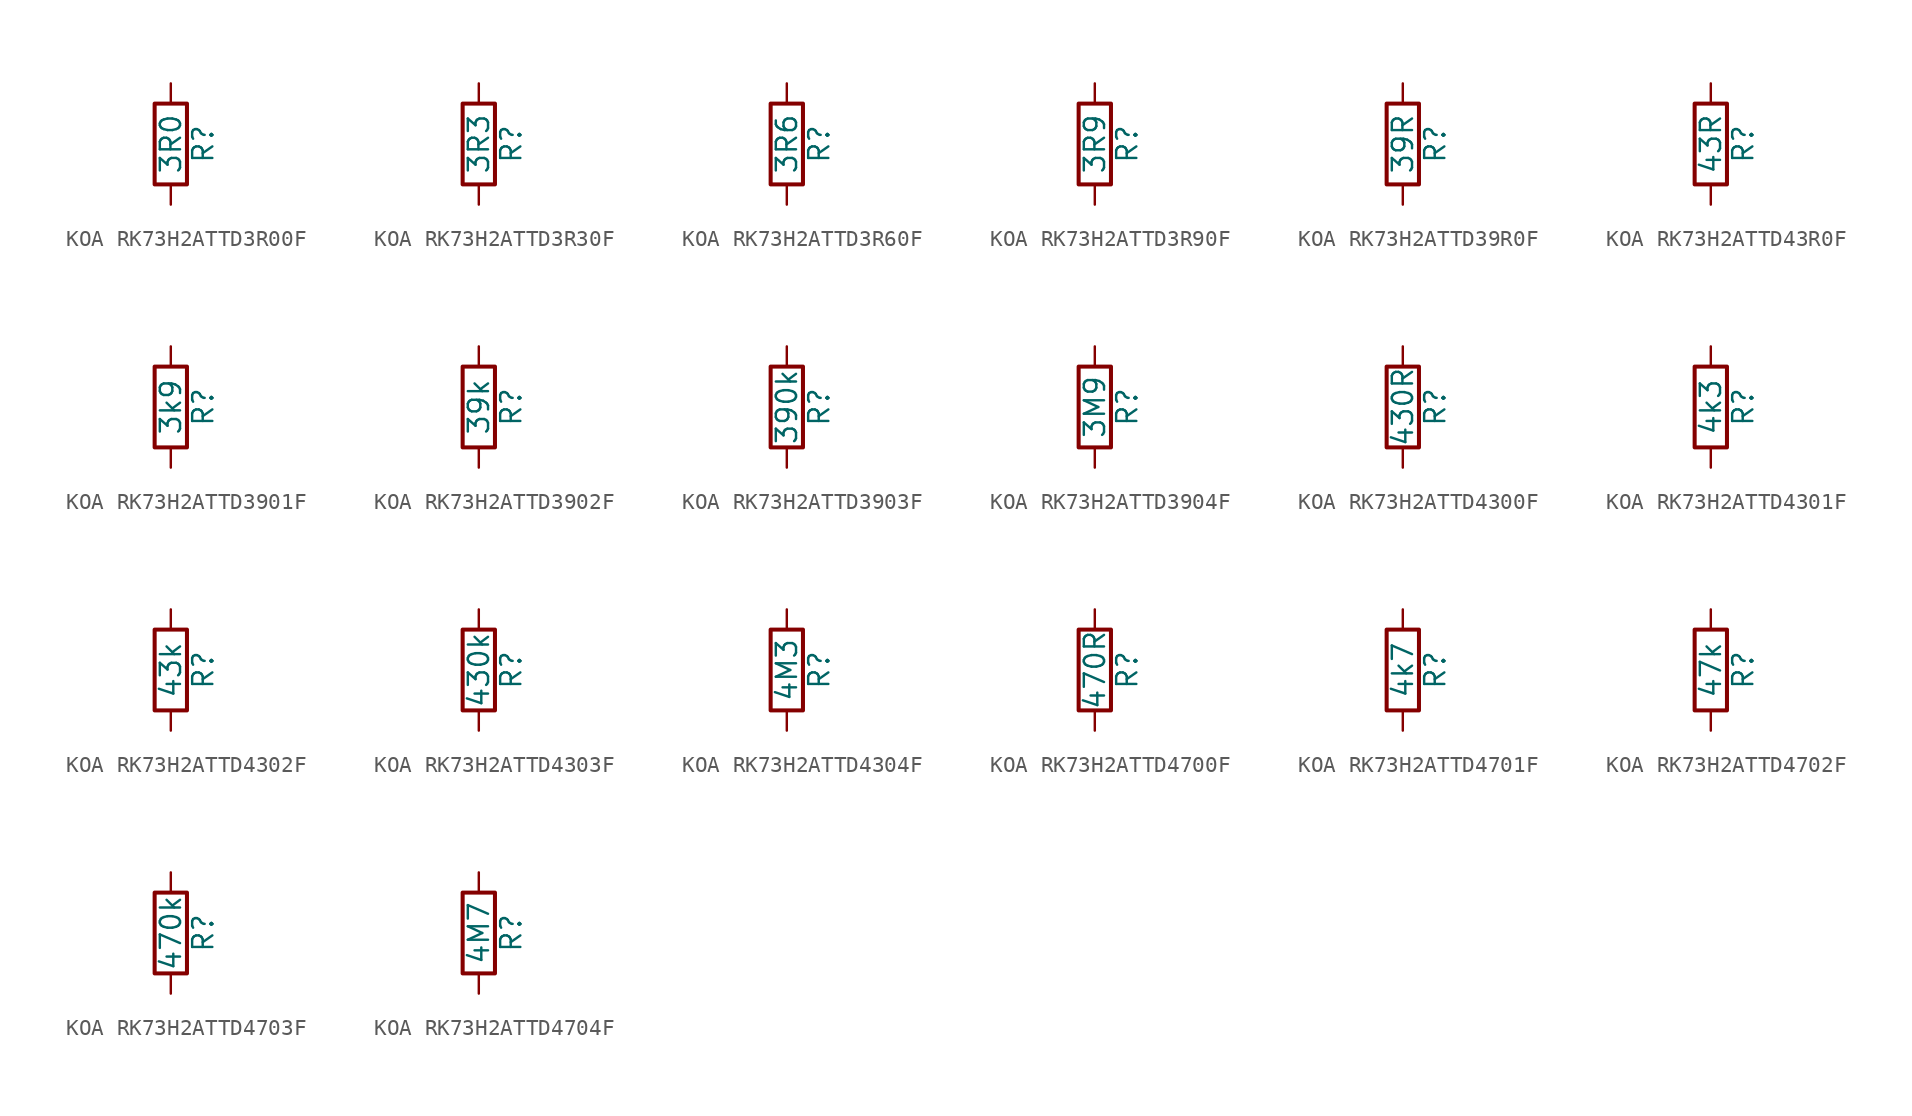
<source format=kicad_sym>
(kicad_symbol_lib
  (version 20220914)
  (generator kicad_symbol_editor)
  (symbol "KOA RK73H2ATTD3R00F"
    (pin_numbers hide)
    (pin_names
      (offset 0))
    (property "Reference" "R"
      (at 2.032 0 90)
      (effects (font (size 1.27 1.27))))
    (property "Value" "3R0"
      (at 0 0 90)
      (effects (font (size 1.27 1.27))))
    (symbol "KOA RK73H2ATTD3R00F_0_1"
      (rectangle (start -1.016 -2.54) (end 1.016 2.54) (stroke (width 0.254) (type default)) (fill (type none))))
    (symbol "KOA RK73H2ATTD3R00F_1_1"
      (pin passive line (at 0 3.81 270) (length 1.27) (name "~" (effects (font (size 1.27 1.27)))) (number "1" (effects (font (size 1.27 1.27)))))
      (pin passive line (at 0 -3.81 90) (length 1.27) (name "~" (effects (font (size 1.27 1.27)))) (number "2" (effects (font (size 1.27 1.27)))))))
  (symbol "KOA RK73H2ATTD3R30F"
    (pin_numbers hide)
    (pin_names
      (offset 0))
    (property "Reference" "R"
      (at 2.032 0 90)
      (effects (font (size 1.27 1.27))))
    (property "Value" "3R3"
      (at 0 0 90)
      (effects (font (size 1.27 1.27))))
    (symbol "KOA RK73H2ATTD3R30F_0_1"
      (rectangle (start -1.016 -2.54) (end 1.016 2.54) (stroke (width 0.254) (type default)) (fill (type none))))
    (symbol "KOA RK73H2ATTD3R30F_1_1"
      (pin passive line (at 0 3.81 270) (length 1.27) (name "~" (effects (font (size 1.27 1.27)))) (number "1" (effects (font (size 1.27 1.27)))))
      (pin passive line (at 0 -3.81 90) (length 1.27) (name "~" (effects (font (size 1.27 1.27)))) (number "2" (effects (font (size 1.27 1.27)))))))
  (symbol "KOA RK73H2ATTD3R60F"
    (pin_numbers hide)
    (pin_names
      (offset 0))
    (property "Reference" "R"
      (at 2.032 0 90)
      (effects (font (size 1.27 1.27))))
    (property "Value" "3R6"
      (at 0 0 90)
      (effects (font (size 1.27 1.27))))
    (symbol "KOA RK73H2ATTD3R60F_0_1"
      (rectangle (start -1.016 -2.54) (end 1.016 2.54) (stroke (width 0.254) (type default)) (fill (type none))))
    (symbol "KOA RK73H2ATTD3R60F_1_1"
      (pin passive line (at 0 3.81 270) (length 1.27) (name "~" (effects (font (size 1.27 1.27)))) (number "1" (effects (font (size 1.27 1.27)))))
      (pin passive line (at 0 -3.81 90) (length 1.27) (name "~" (effects (font (size 1.27 1.27)))) (number "2" (effects (font (size 1.27 1.27)))))))
  (symbol "KOA RK73H2ATTD3R90F"
    (pin_numbers hide)
    (pin_names
      (offset 0))
    (property "Reference" "R"
      (at 2.032 0 90)
      (effects (font (size 1.27 1.27))))
    (property "Value" "3R9"
      (at 0 0 90)
      (effects (font (size 1.27 1.27))))
    (symbol "KOA RK73H2ATTD3R90F_0_1"
      (rectangle (start -1.016 -2.54) (end 1.016 2.54) (stroke (width 0.254) (type default)) (fill (type none))))
    (symbol "KOA RK73H2ATTD3R90F_1_1"
      (pin passive line (at 0 3.81 270) (length 1.27) (name "~" (effects (font (size 1.27 1.27)))) (number "1" (effects (font (size 1.27 1.27)))))
      (pin passive line (at 0 -3.81 90) (length 1.27) (name "~" (effects (font (size 1.27 1.27)))) (number "2" (effects (font (size 1.27 1.27)))))))
  (symbol "KOA RK73H2ATTD39R0F"
    (pin_numbers hide)
    (pin_names
      (offset 0))
    (property "Reference" "R"
      (at 2.032 0 90)
      (effects (font (size 1.27 1.27))))
    (property "Value" "39R"
      (at 0 0 90)
      (effects (font (size 1.27 1.27))))
    (symbol "KOA RK73H2ATTD39R0F_0_1"
      (rectangle (start -1.016 -2.54) (end 1.016 2.54) (stroke (width 0.254) (type default)) (fill (type none))))
    (symbol "KOA RK73H2ATTD39R0F_1_1"
      (pin passive line (at 0 3.81 270) (length 1.27) (name "~" (effects (font (size 1.27 1.27)))) (number "1" (effects (font (size 1.27 1.27)))))
      (pin passive line (at 0 -3.81 90) (length 1.27) (name "~" (effects (font (size 1.27 1.27)))) (number "2" (effects (font (size 1.27 1.27)))))))
  (symbol "KOA RK73H2ATTD43R0F"
    (pin_numbers hide)
    (pin_names
      (offset 0))
    (property "Reference" "R"
      (at 2.032 0 90)
      (effects (font (size 1.27 1.27))))
    (property "Value" "43R"
      (at 0 0 90)
      (effects (font (size 1.27 1.27))))
    (symbol "KOA RK73H2ATTD43R0F_0_1"
      (rectangle (start -1.016 -2.54) (end 1.016 2.54) (stroke (width 0.254) (type default)) (fill (type none))))
    (symbol "KOA RK73H2ATTD43R0F_1_1"
      (pin passive line (at 0 3.81 270) (length 1.27) (name "~" (effects (font (size 1.27 1.27)))) (number "1" (effects (font (size 1.27 1.27)))))
      (pin passive line (at 0 -3.81 90) (length 1.27) (name "~" (effects (font (size 1.27 1.27)))) (number "2" (effects (font (size 1.27 1.27)))))))
  (symbol "KOA RK73H2ATTD3901F"
    (pin_numbers hide)
    (pin_names
      (offset 0))
    (property "Reference" "R"
      (at 2.032 0 90)
      (effects (font (size 1.27 1.27))))
    (property "Value" "3k9"
      (at 0 0 90)
      (effects (font (size 1.27 1.27))))
    (symbol "KOA RK73H2ATTD3901F_0_1"
      (rectangle (start -1.016 -2.54) (end 1.016 2.54) (stroke (width 0.254) (type default)) (fill (type none))))
    (symbol "KOA RK73H2ATTD3901F_1_1"
      (pin passive line (at 0 3.81 270) (length 1.27) (name "~" (effects (font (size 1.27 1.27)))) (number "1" (effects (font (size 1.27 1.27)))))
      (pin passive line (at 0 -3.81 90) (length 1.27) (name "~" (effects (font (size 1.27 1.27)))) (number "2" (effects (font (size 1.27 1.27)))))))
  (symbol "KOA RK73H2ATTD3902F"
    (pin_numbers hide)
    (pin_names
      (offset 0))
    (property "Reference" "R"
      (at 2.032 0 90)
      (effects (font (size 1.27 1.27))))
    (property "Value" "39k"
      (at 0 0 90)
      (effects (font (size 1.27 1.27))))
    (symbol "KOA RK73H2ATTD3902F_0_1"
      (rectangle (start -1.016 -2.54) (end 1.016 2.54) (stroke (width 0.254) (type default)) (fill (type none))))
    (symbol "KOA RK73H2ATTD3902F_1_1"
      (pin passive line (at 0 3.81 270) (length 1.27) (name "~" (effects (font (size 1.27 1.27)))) (number "1" (effects (font (size 1.27 1.27)))))
      (pin passive line (at 0 -3.81 90) (length 1.27) (name "~" (effects (font (size 1.27 1.27)))) (number "2" (effects (font (size 1.27 1.27)))))))
  (symbol "KOA RK73H2ATTD3903F"
    (pin_numbers hide)
    (pin_names
      (offset 0))
    (property "Reference" "R"
      (at 2.032 0 90)
      (effects (font (size 1.27 1.27))))
    (property "Value" "390k"
      (at 0 0 90)
      (effects (font (size 1.27 1.27))))
    (symbol "KOA RK73H2ATTD3903F_0_1"
      (rectangle (start -1.016 -2.54) (end 1.016 2.54) (stroke (width 0.254) (type default)) (fill (type none))))
    (symbol "KOA RK73H2ATTD3903F_1_1"
      (pin passive line (at 0 3.81 270) (length 1.27) (name "~" (effects (font (size 1.27 1.27)))) (number "1" (effects (font (size 1.27 1.27)))))
      (pin passive line (at 0 -3.81 90) (length 1.27) (name "~" (effects (font (size 1.27 1.27)))) (number "2" (effects (font (size 1.27 1.27)))))))
  (symbol "KOA RK73H2ATTD3904F"
    (pin_numbers hide)
    (pin_names
      (offset 0))
    (property "Reference" "R"
      (at 2.032 0 90)
      (effects (font (size 1.27 1.27))))
    (property "Value" "3M9"
      (at 0 0 90)
      (effects (font (size 1.27 1.27))))
    (symbol "KOA RK73H2ATTD3904F_0_1"
      (rectangle (start -1.016 -2.54) (end 1.016 2.54) (stroke (width 0.254) (type default)) (fill (type none))))
    (symbol "KOA RK73H2ATTD3904F_1_1"
      (pin passive line (at 0 3.81 270) (length 1.27) (name "~" (effects (font (size 1.27 1.27)))) (number "1" (effects (font (size 1.27 1.27)))))
      (pin passive line (at 0 -3.81 90) (length 1.27) (name "~" (effects (font (size 1.27 1.27)))) (number "2" (effects (font (size 1.27 1.27)))))))
  (symbol "KOA RK73H2ATTD4300F"
    (pin_numbers hide)
    (pin_names
      (offset 0))
    (property "Reference" "R"
      (at 2.032 0 90)
      (effects (font (size 1.27 1.27))))
    (property "Value" "430R"
      (at 0 0 90)
      (effects (font (size 1.27 1.27))))
    (symbol "KOA RK73H2ATTD4300F_0_1"
      (rectangle (start -1.016 -2.54) (end 1.016 2.54) (stroke (width 0.254) (type default)) (fill (type none))))
    (symbol "KOA RK73H2ATTD4300F_1_1"
      (pin passive line (at 0 3.81 270) (length 1.27) (name "~" (effects (font (size 1.27 1.27)))) (number "1" (effects (font (size 1.27 1.27)))))
      (pin passive line (at 0 -3.81 90) (length 1.27) (name "~" (effects (font (size 1.27 1.27)))) (number "2" (effects (font (size 1.27 1.27)))))))
  (symbol "KOA RK73H2ATTD4301F"
    (pin_numbers hide)
    (pin_names
      (offset 0))
    (property "Reference" "R"
      (at 2.032 0 90)
      (effects (font (size 1.27 1.27))))
    (property "Value" "4k3"
      (at 0 0 90)
      (effects (font (size 1.27 1.27))))
    (symbol "KOA RK73H2ATTD4301F_0_1"
      (rectangle (start -1.016 -2.54) (end 1.016 2.54) (stroke (width 0.254) (type default)) (fill (type none))))
    (symbol "KOA RK73H2ATTD4301F_1_1"
      (pin passive line (at 0 3.81 270) (length 1.27) (name "~" (effects (font (size 1.27 1.27)))) (number "1" (effects (font (size 1.27 1.27)))))
      (pin passive line (at 0 -3.81 90) (length 1.27) (name "~" (effects (font (size 1.27 1.27)))) (number "2" (effects (font (size 1.27 1.27)))))))
  (symbol "KOA RK73H2ATTD4302F"
    (pin_numbers hide)
    (pin_names
      (offset 0))
    (property "Reference" "R"
      (at 2.032 0 90)
      (effects (font (size 1.27 1.27))))
    (property "Value" "43k"
      (at 0 0 90)
      (effects (font (size 1.27 1.27))))
    (symbol "KOA RK73H2ATTD4302F_0_1"
      (rectangle (start -1.016 -2.54) (end 1.016 2.54) (stroke (width 0.254) (type default)) (fill (type none))))
    (symbol "KOA RK73H2ATTD4302F_1_1"
      (pin passive line (at 0 3.81 270) (length 1.27) (name "~" (effects (font (size 1.27 1.27)))) (number "1" (effects (font (size 1.27 1.27)))))
      (pin passive line (at 0 -3.81 90) (length 1.27) (name "~" (effects (font (size 1.27 1.27)))) (number "2" (effects (font (size 1.27 1.27)))))))
  (symbol "KOA RK73H2ATTD4303F"
    (pin_numbers hide)
    (pin_names
      (offset 0))
    (property "Reference" "R"
      (at 2.032 0 90)
      (effects (font (size 1.27 1.27))))
    (property "Value" "430k"
      (at 0 0 90)
      (effects (font (size 1.27 1.27))))
    (symbol "KOA RK73H2ATTD4303F_0_1"
      (rectangle (start -1.016 -2.54) (end 1.016 2.54) (stroke (width 0.254) (type default)) (fill (type none))))
    (symbol "KOA RK73H2ATTD4303F_1_1"
      (pin passive line (at 0 3.81 270) (length 1.27) (name "~" (effects (font (size 1.27 1.27)))) (number "1" (effects (font (size 1.27 1.27)))))
      (pin passive line (at 0 -3.81 90) (length 1.27) (name "~" (effects (font (size 1.27 1.27)))) (number "2" (effects (font (size 1.27 1.27)))))))
  (symbol "KOA RK73H2ATTD4304F"
    (pin_numbers hide)
    (pin_names
      (offset 0))
    (property "Reference" "R"
      (at 2.032 0 90)
      (effects (font (size 1.27 1.27))))
    (property "Value" "4M3"
      (at 0 0 90)
      (effects (font (size 1.27 1.27))))
    (symbol "KOA RK73H2ATTD4304F_0_1"
      (rectangle (start -1.016 -2.54) (end 1.016 2.54) (stroke (width 0.254) (type default)) (fill (type none))))
    (symbol "KOA RK73H2ATTD4304F_1_1"
      (pin passive line (at 0 3.81 270) (length 1.27) (name "~" (effects (font (size 1.27 1.27)))) (number "1" (effects (font (size 1.27 1.27)))))
      (pin passive line (at 0 -3.81 90) (length 1.27) (name "~" (effects (font (size 1.27 1.27)))) (number "2" (effects (font (size 1.27 1.27)))))))
  (symbol "KOA RK73H2ATTD4700F"
    (pin_numbers hide)
    (pin_names
      (offset 0))
    (property "Reference" "R"
      (at 2.032 0 90)
      (effects (font (size 1.27 1.27))))
    (property "Value" "470R"
      (at 0 0 90)
      (effects (font (size 1.27 1.27))))
    (symbol "KOA RK73H2ATTD4700F_0_1"
      (rectangle (start -1.016 -2.54) (end 1.016 2.54) (stroke (width 0.254) (type default)) (fill (type none))))
    (symbol "KOA RK73H2ATTD4700F_1_1"
      (pin passive line (at 0 3.81 270) (length 1.27) (name "~" (effects (font (size 1.27 1.27)))) (number "1" (effects (font (size 1.27 1.27)))))
      (pin passive line (at 0 -3.81 90) (length 1.27) (name "~" (effects (font (size 1.27 1.27)))) (number "2" (effects (font (size 1.27 1.27)))))))
  (symbol "KOA RK73H2ATTD4701F"
    (pin_numbers hide)
    (pin_names
      (offset 0))
    (property "Reference" "R"
      (at 2.032 0 90)
      (effects (font (size 1.27 1.27))))
    (property "Value" "4k7"
      (at 0 0 90)
      (effects (font (size 1.27 1.27))))
    (symbol "KOA RK73H2ATTD4701F_0_1"
      (rectangle (start -1.016 -2.54) (end 1.016 2.54) (stroke (width 0.254) (type default)) (fill (type none))))
    (symbol "KOA RK73H2ATTD4701F_1_1"
      (pin passive line (at 0 3.81 270) (length 1.27) (name "~" (effects (font (size 1.27 1.27)))) (number "1" (effects (font (size 1.27 1.27)))))
      (pin passive line (at 0 -3.81 90) (length 1.27) (name "~" (effects (font (size 1.27 1.27)))) (number "2" (effects (font (size 1.27 1.27)))))))
  (symbol "KOA RK73H2ATTD4702F"
    (pin_numbers hide)
    (pin_names
      (offset 0))
    (property "Reference" "R"
      (at 2.032 0 90)
      (effects (font (size 1.27 1.27))))
    (property "Value" "47k"
      (at 0 0 90)
      (effects (font (size 1.27 1.27))))
    (symbol "KOA RK73H2ATTD4702F_0_1"
      (rectangle (start -1.016 -2.54) (end 1.016 2.54) (stroke (width 0.254) (type default)) (fill (type none))))
    (symbol "KOA RK73H2ATTD4702F_1_1"
      (pin passive line (at 0 3.81 270) (length 1.27) (name "~" (effects (font (size 1.27 1.27)))) (number "1" (effects (font (size 1.27 1.27)))))
      (pin passive line (at 0 -3.81 90) (length 1.27) (name "~" (effects (font (size 1.27 1.27)))) (number "2" (effects (font (size 1.27 1.27)))))))
  (symbol "KOA RK73H2ATTD4703F"
    (pin_numbers hide)
    (pin_names
      (offset 0))
    (property "Reference" "R"
      (at 2.032 0 90)
      (effects (font (size 1.27 1.27))))
    (property "Value" "470k"
      (at 0 0 90)
      (effects (font (size 1.27 1.27))))
    (symbol "KOA RK73H2ATTD4703F_0_1"
      (rectangle (start -1.016 -2.54) (end 1.016 2.54) (stroke (width 0.254) (type default)) (fill (type none))))
    (symbol "KOA RK73H2ATTD4703F_1_1"
      (pin passive line (at 0 3.81 270) (length 1.27) (name "~" (effects (font (size 1.27 1.27)))) (number "1" (effects (font (size 1.27 1.27)))))
      (pin passive line (at 0 -3.81 90) (length 1.27) (name "~" (effects (font (size 1.27 1.27)))) (number "2" (effects (font (size 1.27 1.27)))))))
  (symbol "KOA RK73H2ATTD4704F"
    (pin_numbers hide)
    (pin_names
      (offset 0))
    (property "Reference" "R"
      (at 2.032 0 90)
      (effects (font (size 1.27 1.27))))
    (property "Value" "4M7"
      (at 0 0 90)
      (effects (font (size 1.27 1.27))))
    (symbol "KOA RK73H2ATTD4704F_0_1"
      (rectangle (start -1.016 -2.54) (end 1.016 2.54) (stroke (width 0.254) (type default)) (fill (type none))))
    (symbol "KOA RK73H2ATTD4704F_1_1"
      (pin passive line (at 0 3.81 270) (length 1.27) (name "~" (effects (font (size 1.27 1.27)))) (number "1" (effects (font (size 1.27 1.27)))))
      (pin passive line (at 0 -3.81 90) (length 1.27) (name "~" (effects (font (size 1.27 1.27)))) (number "2" (effects (font (size 1.27 1.27))))))))
</source>
